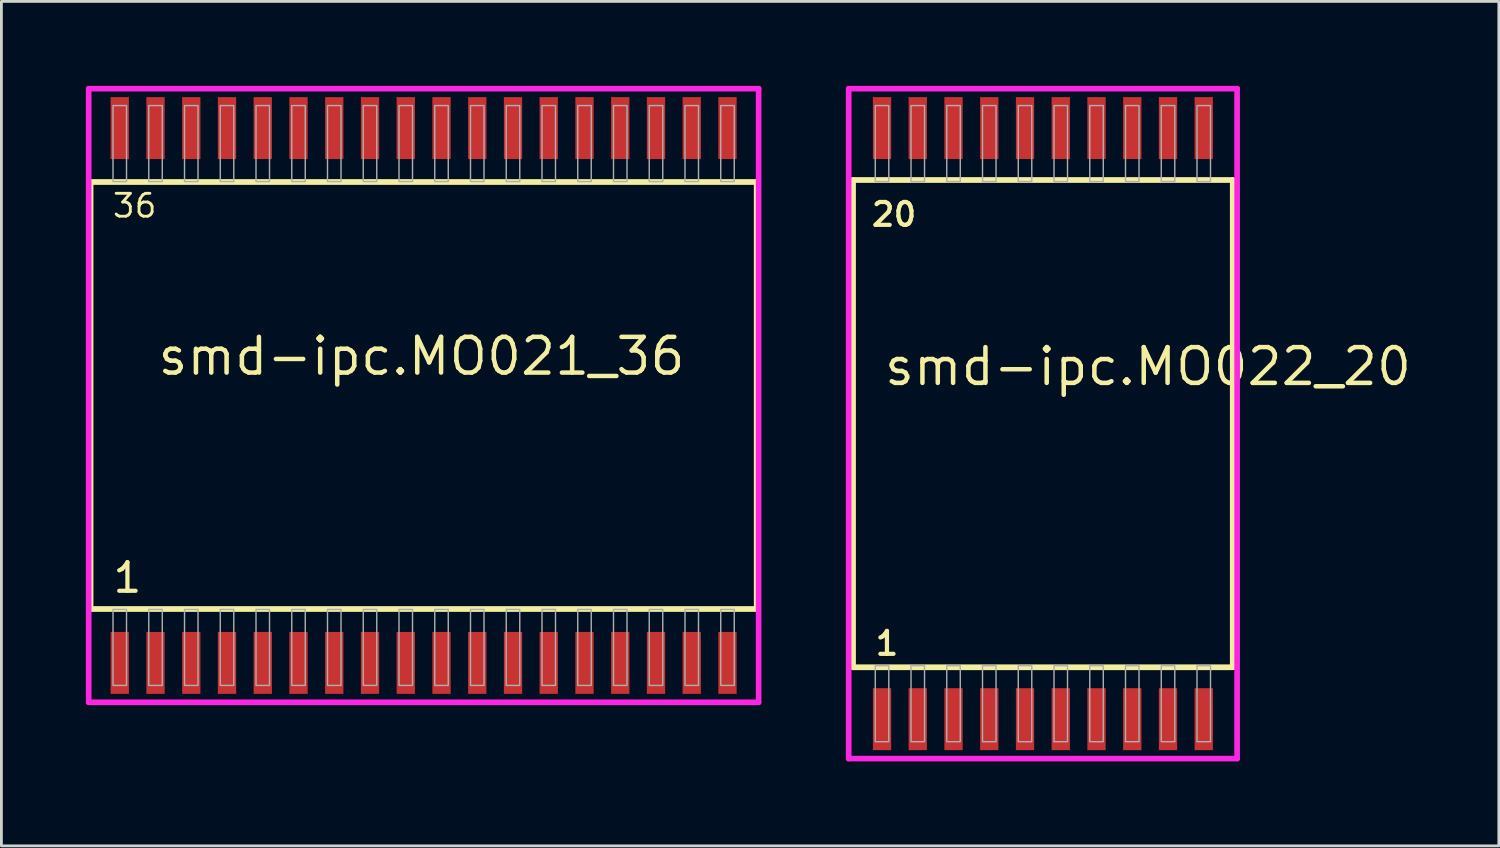
<source format=kicad_pcb>
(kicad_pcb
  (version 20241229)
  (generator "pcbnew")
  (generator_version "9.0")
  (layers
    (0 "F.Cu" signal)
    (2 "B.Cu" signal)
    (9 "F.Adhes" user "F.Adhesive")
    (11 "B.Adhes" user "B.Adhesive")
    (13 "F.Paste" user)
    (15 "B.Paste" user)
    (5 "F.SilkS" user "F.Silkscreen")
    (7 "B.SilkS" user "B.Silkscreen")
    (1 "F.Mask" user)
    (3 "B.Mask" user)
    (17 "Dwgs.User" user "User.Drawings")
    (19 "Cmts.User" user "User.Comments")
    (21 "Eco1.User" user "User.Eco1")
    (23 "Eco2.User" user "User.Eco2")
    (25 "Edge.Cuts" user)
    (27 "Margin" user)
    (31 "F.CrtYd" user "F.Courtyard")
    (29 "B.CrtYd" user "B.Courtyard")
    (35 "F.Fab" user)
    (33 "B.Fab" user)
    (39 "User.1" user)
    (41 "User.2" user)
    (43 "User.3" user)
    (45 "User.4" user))
  (footprint "smd-ipc.MO022_20"
    (layer "F.Cu")
    (at 34 12)
    (property "Reference" "smd-ipc.MO022_20" (at -5.715 -1.285 0) (layer "F.SilkS") (effects (font (size 1.27 1.27) (thickness 0.16)) (justify left bottom)))
    (attr smd)
    (fp_line (start -6.745 -8.655) (end 6.745 -8.655) (stroke (width 0.203) (type default)) (layer "F.SilkS"))
    (fp_line (start -6.745 8.655) (end -6.745 -8.655) (stroke (width 0.203) (type default)) (layer "F.SilkS"))
    (fp_line (start 6.745 -8.655) (end 6.745 8.655) (stroke (width 0.203) (type default)) (layer "F.SilkS"))
    (fp_line (start 6.745 8.655) (end -6.745 8.655) (stroke (width 0.203) (type default)) (layer "F.SilkS"))
    (fp_line (start -6.9 -11.9) (end 6.9 -11.9) (stroke (width 0.2) (type default)) (layer "F.CrtYd"))
    (fp_line (start -6.9 11.9) (end -6.9 -11.9) (stroke (width 0.2) (type default)) (layer "F.CrtYd"))
    (fp_line (start 6.9 -11.9) (end 6.9 11.9) (stroke (width 0.2) (type default)) (layer "F.CrtYd"))
    (fp_line (start 6.9 11.9) (end -6.9 11.9) (stroke (width 0.2) (type default)) (layer "F.CrtYd"))
    (fp_rect (start -5.955 -8.6) (end -5.475 -11.3) (stroke (width 0.05) (type default)) (fill no) (layer "F.Fab"))
    (fp_rect (start -5.955 11.3) (end -5.475 8.6) (stroke (width 0.05) (type default)) (fill no) (layer "F.Fab"))
    (fp_rect (start -4.685 -8.6) (end -4.205 -11.3) (stroke (width 0.05) (type default)) (fill no) (layer "F.Fab"))
    (fp_rect (start -4.685 11.3) (end -4.205 8.6) (stroke (width 0.05) (type default)) (fill no) (layer "F.Fab"))
    (fp_rect (start -3.415 -8.6) (end -2.935 -11.3) (stroke (width 0.05) (type default)) (fill no) (layer "F.Fab"))
    (fp_rect (start -3.415 11.3) (end -2.935 8.6) (stroke (width 0.05) (type default)) (fill no) (layer "F.Fab"))
    (fp_rect (start -2.145 -8.6) (end -1.665 -11.3) (stroke (width 0.05) (type default)) (fill no) (layer "F.Fab"))
    (fp_rect (start -2.145 11.3) (end -1.665 8.6) (stroke (width 0.05) (type default)) (fill no) (layer "F.Fab"))
    (fp_rect (start -0.875 -8.6) (end -0.395 -11.3) (stroke (width 0.05) (type default)) (fill no) (layer "F.Fab"))
    (fp_rect (start -0.875 11.3) (end -0.395 8.6) (stroke (width 0.05) (type default)) (fill no) (layer "F.Fab"))
    (fp_rect (start 0.395 -8.6) (end 0.875 -11.3) (stroke (width 0.05) (type default)) (fill no) (layer "F.Fab"))
    (fp_rect (start 0.395 11.3) (end 0.875 8.6) (stroke (width 0.05) (type default)) (fill no) (layer "F.Fab"))
    (fp_rect (start 1.665 -8.6) (end 2.145 -11.3) (stroke (width 0.05) (type default)) (fill no) (layer "F.Fab"))
    (fp_rect (start 1.665 11.3) (end 2.145 8.6) (stroke (width 0.05) (type default)) (fill no) (layer "F.Fab"))
    (fp_rect (start 2.935 -8.6) (end 3.415 -11.3) (stroke (width 0.05) (type default)) (fill no) (layer "F.Fab"))
    (fp_rect (start 2.935 11.3) (end 3.415 8.6) (stroke (width 0.05) (type default)) (fill no) (layer "F.Fab"))
    (fp_rect (start 4.205 -8.6) (end 4.685 -11.3) (stroke (width 0.05) (type default)) (fill no) (layer "F.Fab"))
    (fp_rect (start 4.205 11.3) (end 4.685 8.6) (stroke (width 0.05) (type default)) (fill no) (layer "F.Fab"))
    (fp_rect (start 5.475 -8.6) (end 5.955 -11.3) (stroke (width 0.05) (type default)) (fill no) (layer "F.Fab"))
    (fp_rect (start 5.475 11.3) (end 5.955 8.6) (stroke (width 0.05) (type default)) (fill no) (layer "F.Fab"))
    (fp_text user "20" (at -6.161 -6.955 0) (layer "F.SilkS") (effects (font (size 0.813 0.813) (thickness 0.15)) (justify left bottom)))
    (fp_text user "1" (at -6.026 8.285 0) (layer "F.SilkS") (effects (font (size 0.813 0.813) (thickness 0.15)) (justify left bottom)))
    (pad "1" smd roundrect (at -5.715 10.5) (size 0.65 2.2) (layers "F.Cu" "F.Mask" "F.Paste") (roundrect_rratio 0.01))
    (pad "2" smd roundrect (at -4.445 10.5) (size 0.65 2.2) (layers "F.Cu" "F.Mask" "F.Paste") (roundrect_rratio 0.01))
    (pad "3" smd roundrect (at -3.175 10.5) (size 0.65 2.2) (layers "F.Cu" "F.Mask" "F.Paste") (roundrect_rratio 0.01))
    (pad "4" smd roundrect (at -1.905 10.5) (size 0.65 2.2) (layers "F.Cu" "F.Mask" "F.Paste") (roundrect_rratio 0.01))
    (pad "5" smd roundrect (at -0.635 10.5) (size 0.65 2.2) (layers "F.Cu" "F.Mask" "F.Paste") (roundrect_rratio 0.01))
    (pad "6" smd roundrect (at 0.635 10.5) (size 0.65 2.2) (layers "F.Cu" "F.Mask" "F.Paste") (roundrect_rratio 0.01))
    (pad "7" smd roundrect (at 1.905 10.5) (size 0.65 2.2) (layers "F.Cu" "F.Mask" "F.Paste") (roundrect_rratio 0.01))
    (pad "8" smd roundrect (at 3.175 10.5) (size 0.65 2.2) (layers "F.Cu" "F.Mask" "F.Paste") (roundrect_rratio 0.01))
    (pad "9" smd roundrect (at 4.445 10.5) (size 0.65 2.2) (layers "F.Cu" "F.Mask" "F.Paste") (roundrect_rratio 0.01))
    (pad "10" smd roundrect (at 5.715 10.5) (size 0.65 2.2) (layers "F.Cu" "F.Mask" "F.Paste") (roundrect_rratio 0.01))
    (pad "11" smd roundrect (at 5.715 -10.5) (size 0.65 2.2) (layers "F.Cu" "F.Mask" "F.Paste") (roundrect_rratio 0.01))
    (pad "12" smd roundrect (at 4.445 -10.5) (size 0.65 2.2) (layers "F.Cu" "F.Mask" "F.Paste") (roundrect_rratio 0.01))
    (pad "13" smd roundrect (at 3.175 -10.5) (size 0.65 2.2) (layers "F.Cu" "F.Mask" "F.Paste") (roundrect_rratio 0.01))
    (pad "14" smd roundrect (at 1.905 -10.5) (size 0.65 2.2) (layers "F.Cu" "F.Mask" "F.Paste") (roundrect_rratio 0.01))
    (pad "15" smd roundrect (at 0.635 -10.5) (size 0.65 2.2) (layers "F.Cu" "F.Mask" "F.Paste") (roundrect_rratio 0.01))
    (pad "16" smd roundrect (at -0.635 -10.5) (size 0.65 2.2) (layers "F.Cu" "F.Mask" "F.Paste") (roundrect_rratio 0.01))
    (pad "17" smd roundrect (at -1.905 -10.5) (size 0.65 2.2) (layers "F.Cu" "F.Mask" "F.Paste") (roundrect_rratio 0.01))
    (pad "18" smd roundrect (at -3.175 -10.5) (size 0.65 2.2) (layers "F.Cu" "F.Mask" "F.Paste") (roundrect_rratio 0.01))
    (pad "19" smd roundrect (at -4.445 -10.5) (size 0.65 2.2) (layers "F.Cu" "F.Mask" "F.Paste") (roundrect_rratio 0.01))
    (pad "20" smd roundrect (at -5.715 -10.5) (size 0.65 2.2) (layers "F.Cu" "F.Mask" "F.Paste") (roundrect_rratio 0.01)))
  (footprint "smd-ipc.MO021_36"
    (layer "F.Cu")
    (at 12 11)
    (property "Reference" "smd-ipc.MO021_36" (at -9.525 -0.65 0) (layer "F.SilkS") (effects (font (size 1.27 1.27) (thickness 0.16)) (justify left bottom)))
    (attr smd)
    (fp_line (start -11.833 -7.585) (end 11.833 -7.585) (stroke (width 0.203) (type default)) (layer "F.SilkS"))
    (fp_line (start -11.833 7.585) (end -11.833 -7.585) (stroke (width 0.203) (type default)) (layer "F.SilkS"))
    (fp_line (start 11.833 -7.585) (end 11.833 7.585) (stroke (width 0.203) (type default)) (layer "F.SilkS"))
    (fp_line (start 11.833 7.585) (end -11.833 7.585) (stroke (width 0.203) (type default)) (layer "F.SilkS"))
    (fp_line (start -11.9 -10.9) (end 11.9 -10.9) (stroke (width 0.2) (type default)) (layer "F.CrtYd"))
    (fp_line (start -11.9 10.9) (end -11.9 -10.9) (stroke (width 0.2) (type default)) (layer "F.CrtYd"))
    (fp_line (start 11.9 -10.9) (end 11.9 10.9) (stroke (width 0.2) (type default)) (layer "F.CrtYd"))
    (fp_line (start 11.9 10.9) (end -11.9 10.9) (stroke (width 0.2) (type default)) (layer "F.CrtYd"))
    (fp_rect (start -11.035 -7.6) (end -10.555 -10.3) (stroke (width 0.05) (type default)) (fill no) (layer "F.Fab"))
    (fp_rect (start -11.035 10.3) (end -10.555 7.6) (stroke (width 0.05) (type default)) (fill no) (layer "F.Fab"))
    (fp_rect (start -9.765 -7.6) (end -9.285 -10.3) (stroke (width 0.05) (type default)) (fill no) (layer "F.Fab"))
    (fp_rect (start -9.765 10.3) (end -9.285 7.6) (stroke (width 0.05) (type default)) (fill no) (layer "F.Fab"))
    (fp_rect (start -8.495 -7.6) (end -8.015 -10.3) (stroke (width 0.05) (type default)) (fill no) (layer "F.Fab"))
    (fp_rect (start -8.495 10.3) (end -8.015 7.6) (stroke (width 0.05) (type default)) (fill no) (layer "F.Fab"))
    (fp_rect (start -7.225 -7.6) (end -6.745 -10.3) (stroke (width 0.05) (type default)) (fill no) (layer "F.Fab"))
    (fp_rect (start -7.225 10.3) (end -6.745 7.6) (stroke (width 0.05) (type default)) (fill no) (layer "F.Fab"))
    (fp_rect (start -5.955 -7.6) (end -5.475 -10.3) (stroke (width 0.05) (type default)) (fill no) (layer "F.Fab"))
    (fp_rect (start -5.955 10.3) (end -5.475 7.6) (stroke (width 0.05) (type default)) (fill no) (layer "F.Fab"))
    (fp_rect (start -4.685 -7.6) (end -4.205 -10.3) (stroke (width 0.05) (type default)) (fill no) (layer "F.Fab"))
    (fp_rect (start -4.685 10.3) (end -4.205 7.6) (stroke (width 0.05) (type default)) (fill no) (layer "F.Fab"))
    (fp_rect (start -3.415 -7.6) (end -2.935 -10.3) (stroke (width 0.05) (type default)) (fill no) (layer "F.Fab"))
    (fp_rect (start -3.415 10.3) (end -2.935 7.6) (stroke (width 0.05) (type default)) (fill no) (layer "F.Fab"))
    (fp_rect (start -2.145 -7.6) (end -1.665 -10.3) (stroke (width 0.05) (type default)) (fill no) (layer "F.Fab"))
    (fp_rect (start -2.145 10.3) (end -1.665 7.6) (stroke (width 0.05) (type default)) (fill no) (layer "F.Fab"))
    (fp_rect (start -0.875 -7.6) (end -0.395 -10.3) (stroke (width 0.05) (type default)) (fill no) (layer "F.Fab"))
    (fp_rect (start -0.875 10.3) (end -0.395 7.6) (stroke (width 0.05) (type default)) (fill no) (layer "F.Fab"))
    (fp_rect (start 0.395 -7.6) (end 0.875 -10.3) (stroke (width 0.05) (type default)) (fill no) (layer "F.Fab"))
    (fp_rect (start 0.395 10.3) (end 0.875 7.6) (stroke (width 0.05) (type default)) (fill no) (layer "F.Fab"))
    (fp_rect (start 1.665 -7.6) (end 2.145 -10.3) (stroke (width 0.05) (type default)) (fill no) (layer "F.Fab"))
    (fp_rect (start 1.665 10.3) (end 2.145 7.6) (stroke (width 0.05) (type default)) (fill no) (layer "F.Fab"))
    (fp_rect (start 2.935 -7.6) (end 3.415 -10.3) (stroke (width 0.05) (type default)) (fill no) (layer "F.Fab"))
    (fp_rect (start 2.935 10.3) (end 3.415 7.6) (stroke (width 0.05) (type default)) (fill no) (layer "F.Fab"))
    (fp_rect (start 4.205 -7.6) (end 4.685 -10.3) (stroke (width 0.05) (type default)) (fill no) (layer "F.Fab"))
    (fp_rect (start 4.205 10.3) (end 4.685 7.6) (stroke (width 0.05) (type default)) (fill no) (layer "F.Fab"))
    (fp_rect (start 5.475 -7.6) (end 5.955 -10.3) (stroke (width 0.05) (type default)) (fill no) (layer "F.Fab"))
    (fp_rect (start 5.475 10.3) (end 5.955 7.6) (stroke (width 0.05) (type default)) (fill no) (layer "F.Fab"))
    (fp_rect (start 6.745 -7.6) (end 7.225 -10.3) (stroke (width 0.05) (type default)) (fill no) (layer "F.Fab"))
    (fp_rect (start 6.745 10.3) (end 7.225 7.6) (stroke (width 0.05) (type default)) (fill no) (layer "F.Fab"))
    (fp_rect (start 8.015 -7.6) (end 8.495 -10.3) (stroke (width 0.05) (type default)) (fill no) (layer "F.Fab"))
    (fp_rect (start 8.015 10.3) (end 8.495 7.6) (stroke (width 0.05) (type default)) (fill no) (layer "F.Fab"))
    (fp_rect (start 9.285 -7.6) (end 9.765 -10.3) (stroke (width 0.05) (type default)) (fill no) (layer "F.Fab"))
    (fp_rect (start 9.285 10.3) (end 9.765 7.6) (stroke (width 0.05) (type default)) (fill no) (layer "F.Fab"))
    (fp_rect (start 10.555 -7.6) (end 11.035 -10.3) (stroke (width 0.05) (type default)) (fill no) (layer "F.Fab"))
    (fp_rect (start 10.555 10.3) (end 11.035 7.6) (stroke (width 0.05) (type default)) (fill no) (layer "F.Fab"))
    (fp_text user "1" (at -11.106 7.07 0) (layer "F.SilkS") (effects (font (size 1.016 1.016) (thickness 0.15)) (justify left bottom)))
    (fp_text user "36" (at -11.106 -6.265 0) (layer "F.SilkS") (effects (font (size 0.813 0.813) (thickness 0.1)) (justify left bottom)))
    (pad "1" smd roundrect (at -10.795 9.5) (size 0.65 2.2) (layers "F.Cu" "F.Mask" "F.Paste") (roundrect_rratio 0.01))
    (pad "2" smd roundrect (at -9.525 9.5) (size 0.65 2.2) (layers "F.Cu" "F.Mask" "F.Paste") (roundrect_rratio 0.01))
    (pad "3" smd roundrect (at -8.255 9.5) (size 0.65 2.2) (layers "F.Cu" "F.Mask" "F.Paste") (roundrect_rratio 0.01))
    (pad "4" smd roundrect (at -6.985 9.5) (size 0.65 2.2) (layers "F.Cu" "F.Mask" "F.Paste") (roundrect_rratio 0.01))
    (pad "5" smd roundrect (at -5.715 9.5) (size 0.65 2.2) (layers "F.Cu" "F.Mask" "F.Paste") (roundrect_rratio 0.01))
    (pad "6" smd roundrect (at -4.445 9.5) (size 0.65 2.2) (layers "F.Cu" "F.Mask" "F.Paste") (roundrect_rratio 0.01))
    (pad "7" smd roundrect (at -3.175 9.5) (size 0.65 2.2) (layers "F.Cu" "F.Mask" "F.Paste") (roundrect_rratio 0.01))
    (pad "8" smd roundrect (at -1.905 9.5) (size 0.65 2.2) (layers "F.Cu" "F.Mask" "F.Paste") (roundrect_rratio 0.01))
    (pad "9" smd roundrect (at -0.635 9.5) (size 0.65 2.2) (layers "F.Cu" "F.Mask" "F.Paste") (roundrect_rratio 0.01))
    (pad "10" smd roundrect (at 0.635 9.5) (size 0.65 2.2) (layers "F.Cu" "F.Mask" "F.Paste") (roundrect_rratio 0.01))
    (pad "11" smd roundrect (at 1.905 9.5) (size 0.65 2.2) (layers "F.Cu" "F.Mask" "F.Paste") (roundrect_rratio 0.01))
    (pad "12" smd roundrect (at 3.175 9.5) (size 0.65 2.2) (layers "F.Cu" "F.Mask" "F.Paste") (roundrect_rratio 0.01))
    (pad "13" smd roundrect (at 4.445 9.5) (size 0.65 2.2) (layers "F.Cu" "F.Mask" "F.Paste") (roundrect_rratio 0.01))
    (pad "14" smd roundrect (at 5.715 9.5) (size 0.65 2.2) (layers "F.Cu" "F.Mask" "F.Paste") (roundrect_rratio 0.01))
    (pad "15" smd roundrect (at 6.985 9.5) (size 0.65 2.2) (layers "F.Cu" "F.Mask" "F.Paste") (roundrect_rratio 0.01))
    (pad "16" smd roundrect (at 8.255 9.5) (size 0.65 2.2) (layers "F.Cu" "F.Mask" "F.Paste") (roundrect_rratio 0.01))
    (pad "17" smd roundrect (at 9.525 9.5) (size 0.65 2.2) (layers "F.Cu" "F.Mask" "F.Paste") (roundrect_rratio 0.01))
    (pad "18" smd roundrect (at 10.795 9.5) (size 0.65 2.2) (layers "F.Cu" "F.Mask" "F.Paste") (roundrect_rratio 0.01))
    (pad "19" smd roundrect (at 10.795 -9.5) (size 0.65 2.2) (layers "F.Cu" "F.Mask" "F.Paste") (roundrect_rratio 0.01))
    (pad "20" smd roundrect (at 9.525 -9.5) (size 0.65 2.2) (layers "F.Cu" "F.Mask" "F.Paste") (roundrect_rratio 0.01))
    (pad "21" smd roundrect (at 8.255 -9.5) (size 0.65 2.2) (layers "F.Cu" "F.Mask" "F.Paste") (roundrect_rratio 0.01))
    (pad "22" smd roundrect (at 6.985 -9.5) (size 0.65 2.2) (layers "F.Cu" "F.Mask" "F.Paste") (roundrect_rratio 0.01))
    (pad "23" smd roundrect (at 5.715 -9.5) (size 0.65 2.2) (layers "F.Cu" "F.Mask" "F.Paste") (roundrect_rratio 0.01))
    (pad "24" smd roundrect (at 4.445 -9.5) (size 0.65 2.2) (layers "F.Cu" "F.Mask" "F.Paste") (roundrect_rratio 0.01))
    (pad "25" smd roundrect (at 3.175 -9.5) (size 0.65 2.2) (layers "F.Cu" "F.Mask" "F.Paste") (roundrect_rratio 0.01))
    (pad "26" smd roundrect (at 1.905 -9.5) (size 0.65 2.2) (layers "F.Cu" "F.Mask" "F.Paste") (roundrect_rratio 0.01))
    (pad "27" smd roundrect (at 0.635 -9.5) (size 0.65 2.2) (layers "F.Cu" "F.Mask" "F.Paste") (roundrect_rratio 0.01))
    (pad "28" smd roundrect (at -0.635 -9.5) (size 0.65 2.2) (layers "F.Cu" "F.Mask" "F.Paste") (roundrect_rratio 0.01))
    (pad "29" smd roundrect (at -1.905 -9.5) (size 0.65 2.2) (layers "F.Cu" "F.Mask" "F.Paste") (roundrect_rratio 0.01))
    (pad "30" smd roundrect (at -3.175 -9.5) (size 0.65 2.2) (layers "F.Cu" "F.Mask" "F.Paste") (roundrect_rratio 0.01))
    (pad "31" smd roundrect (at -4.445 -9.5) (size 0.65 2.2) (layers "F.Cu" "F.Mask" "F.Paste") (roundrect_rratio 0.01))
    (pad "32" smd roundrect (at -5.715 -9.5) (size 0.65 2.2) (layers "F.Cu" "F.Mask" "F.Paste") (roundrect_rratio 0.01))
    (pad "33" smd roundrect (at -6.985 -9.5) (size 0.65 2.2) (layers "F.Cu" "F.Mask" "F.Paste") (roundrect_rratio 0.01))
    (pad "34" smd roundrect (at -8.255 -9.5) (size 0.65 2.2) (layers "F.Cu" "F.Mask" "F.Paste") (roundrect_rratio 0.01))
    (pad "35" smd roundrect (at -9.525 -9.5) (size 0.65 2.2) (layers "F.Cu" "F.Mask" "F.Paste") (roundrect_rratio 0.01))
    (pad "36" smd roundrect (at -10.795 -9.5) (size 0.65 2.2) (layers "F.Cu" "F.Mask" "F.Paste") (roundrect_rratio 0.01)))
  (gr_rect
    (start -3 -3)
    (end 50.198 27)
    (stroke (width 0.1) (type default))
    (fill no)
    (layer "Edge.Cuts")))
</source>
